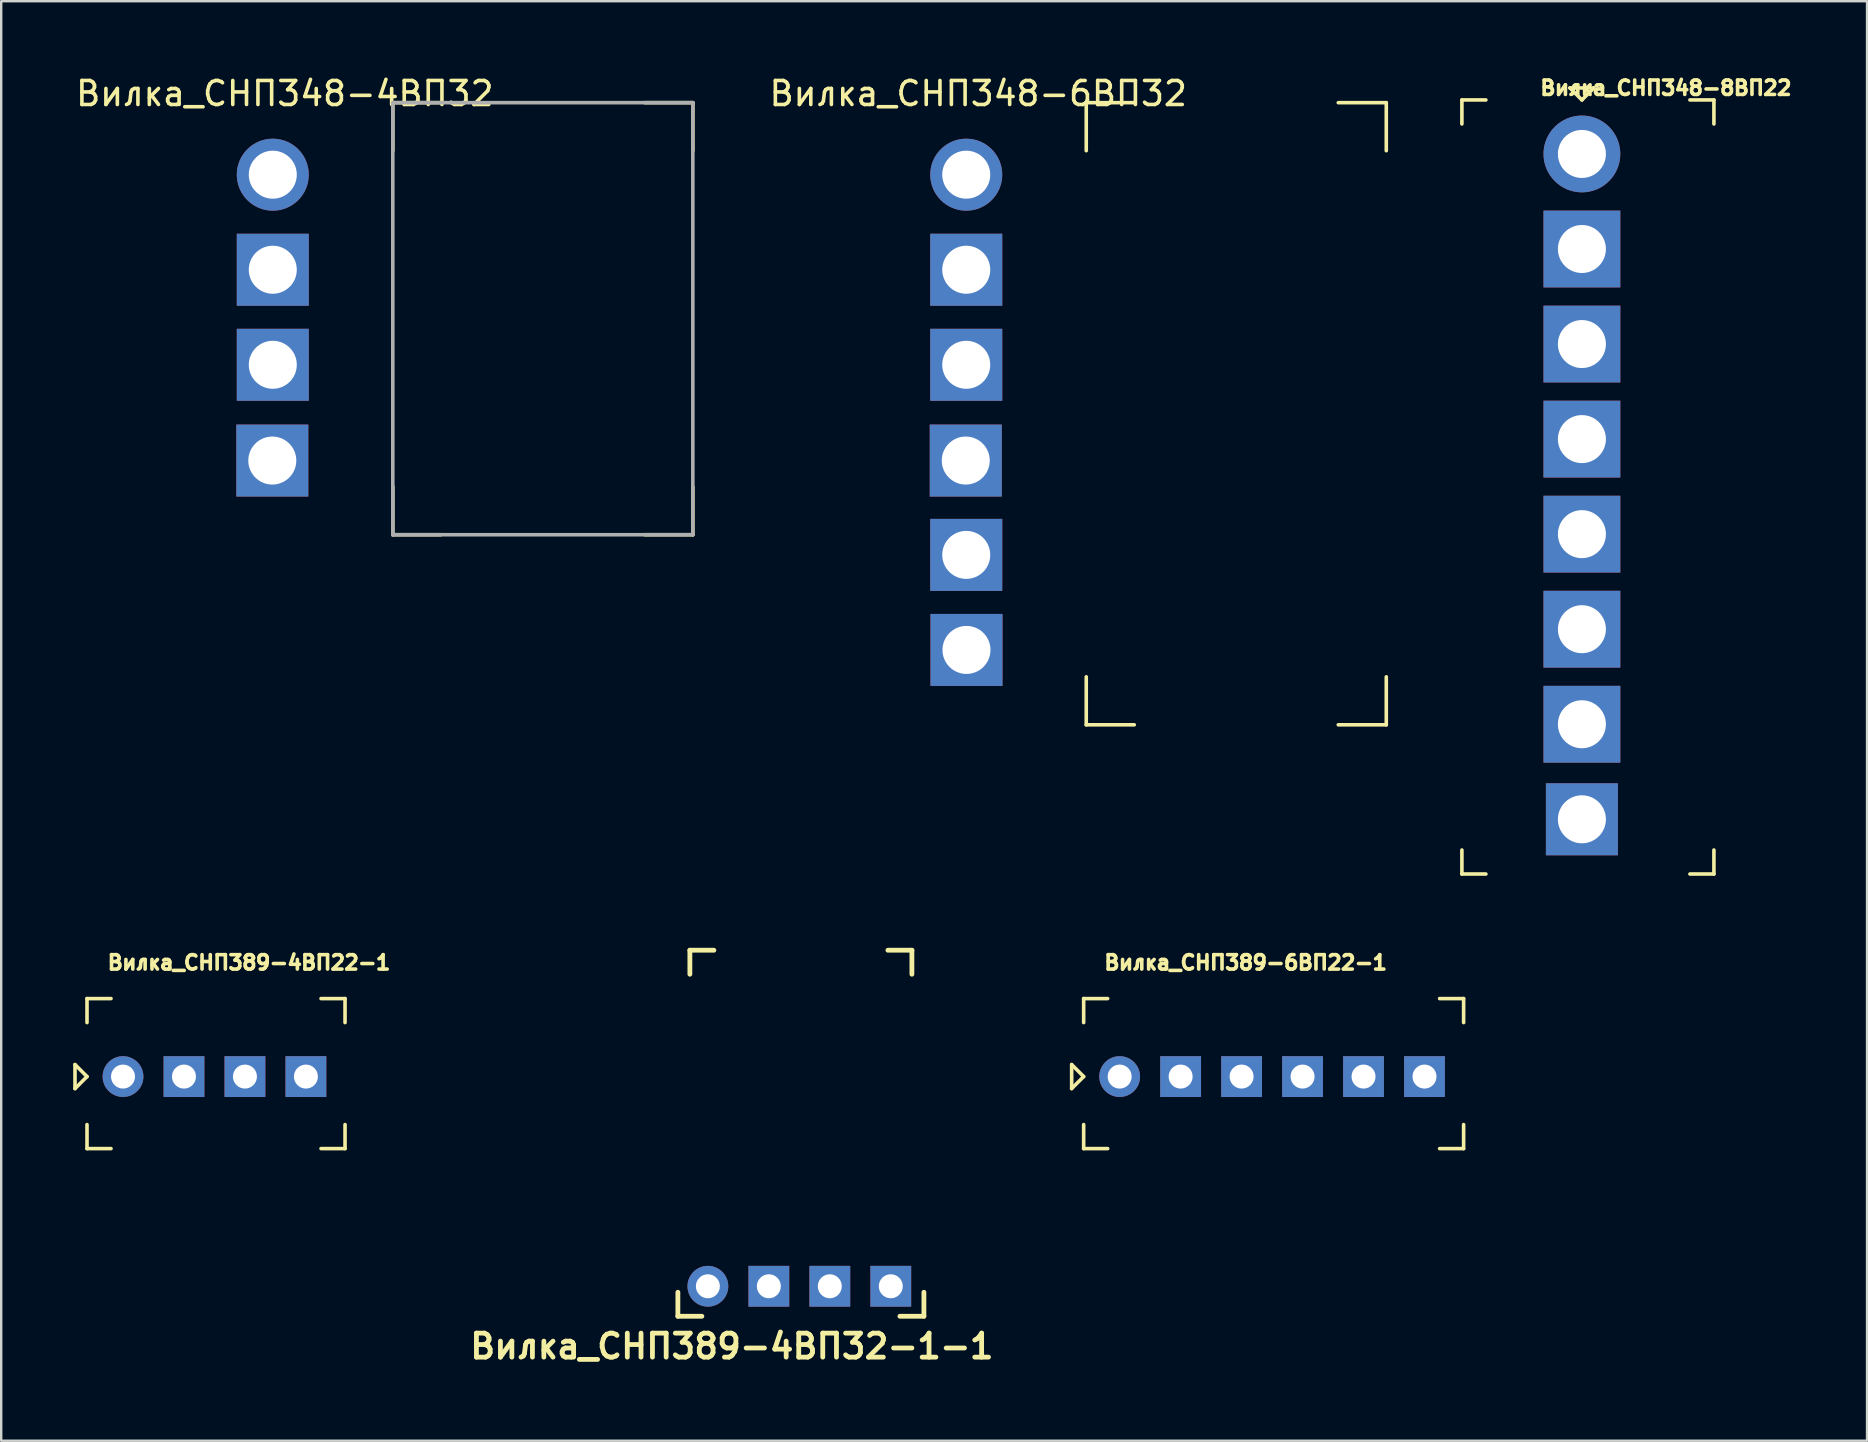
<source format=kicad_pcb>
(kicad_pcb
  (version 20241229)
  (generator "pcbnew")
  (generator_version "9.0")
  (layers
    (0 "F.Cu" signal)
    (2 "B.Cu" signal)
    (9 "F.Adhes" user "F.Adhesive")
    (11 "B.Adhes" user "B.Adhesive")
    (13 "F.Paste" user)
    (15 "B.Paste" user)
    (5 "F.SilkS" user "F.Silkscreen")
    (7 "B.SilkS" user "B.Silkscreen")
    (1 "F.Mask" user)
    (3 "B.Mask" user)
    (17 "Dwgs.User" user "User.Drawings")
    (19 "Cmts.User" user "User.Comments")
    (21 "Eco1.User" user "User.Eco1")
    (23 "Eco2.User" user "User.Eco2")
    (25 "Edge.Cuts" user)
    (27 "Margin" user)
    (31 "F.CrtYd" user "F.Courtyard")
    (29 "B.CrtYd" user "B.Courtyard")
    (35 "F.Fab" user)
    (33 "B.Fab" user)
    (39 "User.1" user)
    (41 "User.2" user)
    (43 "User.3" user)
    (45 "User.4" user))
  (footprint "Вилка_СНП389-6ВП22-1"
    (layer "F.Cu")
    (at 43.598 41.803)
    (property "Reference" "Вилка_СНП389-6ВП22-1" (at 5.25 -4.75 180) (layer "F.SilkS") (effects (font (size 0.6 0.6) (thickness 0.15))))
    (attr through_hole)
    (fp_line (start -2 -0.5) (end -2 0.5) (stroke (width 0.15) (type solid)) (layer "F.SilkS"))
    (fp_line (start -2 0.5) (end -1.5 0) (stroke (width 0.15) (type solid)) (layer "F.SilkS"))
    (fp_line (start -1.5 -3.25) (end -1.5 -2.25) (stroke (width 0.15) (type solid)) (layer "F.SilkS"))
    (fp_line (start -1.5 -3.25) (end -0.5 -3.25) (stroke (width 0.15) (type solid)) (layer "F.SilkS"))
    (fp_line (start -1.5 0) (end -2 -0.5) (stroke (width 0.15) (type solid)) (layer "F.SilkS"))
    (fp_line (start -1.5 3) (end -1.5 2) (stroke (width 0.15) (type solid)) (layer "F.SilkS"))
    (fp_line (start -1.5 3) (end -0.5 3) (stroke (width 0.15) (type solid)) (layer "F.SilkS"))
    (fp_line (start 14.33 -3.25) (end 13.33 -3.25) (stroke (width 0.15) (type solid)) (layer "F.SilkS"))
    (fp_line (start 14.33 -3.25) (end 14.33 -2.25) (stroke (width 0.15) (type solid)) (layer "F.SilkS"))
    (fp_line (start 14.33 3) (end 13.33 3) (stroke (width 0.15) (type solid)) (layer "F.SilkS"))
    (fp_line (start 14.33 3) (end 14.33 2) (stroke (width 0.15) (type solid)) (layer "F.SilkS"))
    (pad "1" thru_hole circle (at 0 0) (size 1.7 1.7) (drill 1) (layers "*.Cu" "*.Mask"))
    (pad "2" thru_hole rect (at 2.54 0) (size 1.7 1.7) (drill 1) (layers "*.Cu" "*.Mask"))
    (pad "3" thru_hole rect (at 5.08 0) (size 1.7 1.7) (drill 1) (layers "*.Cu" "*.Mask"))
    (pad "4" thru_hole rect (at 7.62 0) (size 1.7 1.7) (drill 1) (layers "*.Cu" "*.Mask"))
    (pad "5" thru_hole rect (at 10.16 0) (size 1.7 1.7) (drill 1) (layers "*.Cu" "*.Mask"))
    (pad "6" thru_hole rect (at 12.7 0) (size 1.7 1.7) (drill 1) (layers "*.Cu" "*.Mask")))
  (footprint "Вилка_СНП389-4ВП32-1-1"
    (layer "F.Cu")
    (at 26.442 50.539)
    (property "Reference" "Вилка_СНП389-4ВП32-1-1" (at 1 2.5 180) (layer "F.SilkS") (effects (font (size 1 1) (thickness 0.2))))
    (attr through_hole)
    (fp_line (start -1.25 1.25) (end -1.25 0.25) (stroke (width 0.2) (type solid)) (layer "F.SilkS"))
    (fp_line (start -1.25 1.25) (end -0.25 1.25) (stroke (width 0.2) (type solid)) (layer "F.SilkS"))
    (fp_line (start -0.75 -14) (end -0.75 -13) (stroke (width 0.2) (type solid)) (layer "F.SilkS"))
    (fp_line (start -0.75 -14) (end 0.25 -14) (stroke (width 0.2) (type solid)) (layer "F.SilkS"))
    (fp_line (start 8.5 -14) (end 7.5 -14) (stroke (width 0.2) (type solid)) (layer "F.SilkS"))
    (fp_line (start 8.5 -14) (end 8.5 -13) (stroke (width 0.2) (type solid)) (layer "F.SilkS"))
    (fp_line (start 9 1.25) (end 8 1.25) (stroke (width 0.2) (type solid)) (layer "F.SilkS"))
    (fp_line (start 9 1.25) (end 9 0.25) (stroke (width 0.2) (type solid)) (layer "F.SilkS"))
    (pad "1" thru_hole circle (at 0 0) (size 1.7 1.7) (drill 1) (layers "*.Cu" "*.Mask"))
    (pad "2" thru_hole rect (at 2.54 0) (size 1.7 1.7) (drill 1) (layers "*.Cu" "*.Mask"))
    (pad "3" thru_hole rect (at 5.08 0) (size 1.7 1.7) (drill 1) (layers "*.Cu" "*.Mask"))
    (pad "4" thru_hole rect (at 7.62 0) (size 1.7 1.7) (drill 1) (layers "*.Cu" "*.Mask")))
  (footprint "Вилка_СНП348-4ВП32"
    (layer "F.Cu")
    (at 8.315 4.228)
    (property "Reference" "Вилка_СНП348-4ВП32" (at 0.5 -3.38 0) (layer "F.SilkS") (effects (font (size 1 1) (thickness 0.15))))
    (attr through_hole)
    (fp_line (start 5 -3) (end 5 -1) (stroke (width 0.15) (type solid)) (layer "F.SilkS"))
    (fp_line (start 5 -3) (end 7 -3) (stroke (width 0.15) (type solid)) (layer "F.SilkS"))
    (fp_line (start 5 15) (end 5 13) (stroke (width 0.15) (type solid)) (layer "F.SilkS"))
    (fp_line (start 5 15) (end 7 15) (stroke (width 0.15) (type solid)) (layer "F.SilkS"))
    (fp_line (start 17.5 -3) (end 15.5 -3) (stroke (width 0.15) (type solid)) (layer "F.SilkS"))
    (fp_line (start 17.5 -3) (end 17.5 -1) (stroke (width 0.15) (type solid)) (layer "F.SilkS"))
    (fp_line (start 17.5 15) (end 15.5 15) (stroke (width 0.15) (type solid)) (layer "F.SilkS"))
    (fp_line (start 17.5 15) (end 17.5 13) (stroke (width 0.15) (type solid)) (layer "F.SilkS"))
    (fp_line (start 5 -3) (end 5 15) (stroke (width 0.15) (type solid)) (layer "F.Fab"))
    (fp_line (start 5 -3) (end 17.5 -3) (stroke (width 0.15) (type solid)) (layer "F.Fab"))
    (fp_line (start 5 15) (end 17.5 15) (stroke (width 0.15) (type solid)) (layer "F.Fab"))
    (fp_line (start 17.5 15) (end 17.5 -3) (stroke (width 0.15) (type solid)) (layer "F.Fab"))
    (pad "1" thru_hole circle (at 0 0) (size 3 3) (drill 2) (layers "*.Cu" "*.Mask"))
    (pad "2" thru_hole rect (at 0 3.96) (size 3 3) (drill 2) (layers "*.Cu" "*.Mask"))
    (pad "3" thru_hole rect (at 0 7.92) (size 3 3) (drill 2) (layers "*.Cu" "*.Mask"))
    (pad "4" thru_hole rect (at -0.02 11.91) (size 3 3) (drill 2) (layers "*.Cu" "*.Mask")))
  (footprint "Вилка_СНП348-8ВП22"
    (layer "F.Cu")
    (at 62.856 3.364)
    (property "Reference" "Вилка_СНП348-8ВП22" (at 3.5 -2.75 0) (layer "F.SilkS") (effects (font (size 0.6 0.6) (thickness 0.15))))
    (attr through_hole)
    (fp_line (start -5 -2.25) (end -5 -1.25) (stroke (width 0.15) (type solid)) (layer "F.SilkS"))
    (fp_line (start -5 29) (end -5 30) (stroke (width 0.15) (type solid)) (layer "F.SilkS"))
    (fp_line (start -5 30) (end -4 30) (stroke (width 0.15) (type solid)) (layer "F.SilkS"))
    (fp_line (start -4 -2.25) (end -5 -2.25) (stroke (width 0.15) (type solid)) (layer "F.SilkS"))
    (fp_line (start -0.5 -2.75) (end 0.5 -2.75) (stroke (width 0.15) (type solid)) (layer "F.SilkS"))
    (fp_line (start 0 -2.25) (end -0.5 -2.75) (stroke (width 0.15) (type solid)) (layer "F.SilkS"))
    (fp_line (start 0.5 -2.75) (end 0 -2.25) (stroke (width 0.15) (type solid)) (layer "F.SilkS"))
    (fp_line (start 4.5 30) (end 5.5 30) (stroke (width 0.15) (type solid)) (layer "F.SilkS"))
    (fp_line (start 5.5 -2.25) (end 4.5 -2.25) (stroke (width 0.15) (type solid)) (layer "F.SilkS"))
    (fp_line (start 5.5 -1.25) (end 5.5 -2.25) (stroke (width 0.15) (type solid)) (layer "F.SilkS"))
    (fp_line (start 5.5 30) (end 5.5 29) (stroke (width 0.15) (type solid)) (layer "F.SilkS"))
    (pad "1" thru_hole circle (at 0 0) (size 3.2 3.2) (drill 2) (layers "*.Cu" "*.Mask"))
    (pad "2" thru_hole rect (at 0 3.96) (size 3.2 3.2) (drill 2) (layers "*.Cu" "*.Mask"))
    (pad "3" thru_hole rect (at 0 7.92) (size 3.2 3.2) (drill 2) (layers "*.Cu" "*.Mask"))
    (pad "4" thru_hole rect (at 0 11.88) (size 3.2 3.2) (drill 2) (layers "*.Cu" "*.Mask"))
    (pad "5" thru_hole rect (at 0 15.84) (size 3.2 3.2) (drill 2) (layers "*.Cu" "*.Mask"))
    (pad "6" thru_hole rect (at 0 19.8) (size 3.2 3.2) (drill 2) (layers "*.Cu" "*.Mask"))
    (pad "7" thru_hole rect (at 0 23.76) (size 3.2 3.2) (drill 2) (layers "*.Cu" "*.Mask"))
    (pad "8" thru_hole rect (at 0 27.72) (size 3 3) (drill 2) (layers "*.Cu" "*.Mask")))
  (footprint "Вилка_СНП389-4ВП22-1"
    (layer "F.Cu")
    (at 2.075 41.803)
    (property "Reference" "Вилка_СНП389-4ВП22-1" (at 5.25 -4.75 180) (layer "F.SilkS") (effects (font (size 0.6 0.6) (thickness 0.15))))
    (attr through_hole)
    (fp_line (start -2 -0.5) (end -2 0.5) (stroke (width 0.15) (type solid)) (layer "F.SilkS"))
    (fp_line (start -2 0.5) (end -1.5 0) (stroke (width 0.15) (type solid)) (layer "F.SilkS"))
    (fp_line (start -1.5 -3.25) (end -1.5 -2.25) (stroke (width 0.15) (type solid)) (layer "F.SilkS"))
    (fp_line (start -1.5 -3.25) (end -0.5 -3.25) (stroke (width 0.15) (type solid)) (layer "F.SilkS"))
    (fp_line (start -1.5 0) (end -2 -0.5) (stroke (width 0.15) (type solid)) (layer "F.SilkS"))
    (fp_line (start -1.5 3) (end -1.5 2) (stroke (width 0.15) (type solid)) (layer "F.SilkS"))
    (fp_line (start -1.5 3) (end -0.5 3) (stroke (width 0.15) (type solid)) (layer "F.SilkS"))
    (fp_line (start 9.25 -3.25) (end 8.25 -3.25) (stroke (width 0.15) (type solid)) (layer "F.SilkS"))
    (fp_line (start 9.25 -3.25) (end 9.25 -2.25) (stroke (width 0.15) (type solid)) (layer "F.SilkS"))
    (fp_line (start 9.25 3) (end 8.25 3) (stroke (width 0.15) (type solid)) (layer "F.SilkS"))
    (fp_line (start 9.25 3) (end 9.25 2) (stroke (width 0.15) (type solid)) (layer "F.SilkS"))
    (pad "1" thru_hole circle (at 0 0) (size 1.7 1.7) (drill 1) (layers "*.Cu" "*.Mask"))
    (pad "2" thru_hole rect (at 2.54 0) (size 1.7 1.7) (drill 1) (layers "*.Cu" "*.Mask"))
    (pad "3" thru_hole rect (at 5.08 0) (size 1.7 1.7) (drill 1) (layers "*.Cu" "*.Mask"))
    (pad "4" thru_hole rect (at 7.62 0) (size 1.7 1.7) (drill 1) (layers "*.Cu" "*.Mask")))
  (footprint "Вилка_СНП348-6ВП32"
    (layer "F.Cu")
    (at 37.206 4.228)
    (property "Reference" "Вилка_СНП348-6ВП32" (at 0.5 -3.38 0) (layer "F.SilkS") (effects (font (size 1 1) (thickness 0.15))))
    (attr through_hole)
    (fp_line (start 5 -3) (end 5 -1) (stroke (width 0.15) (type solid)) (layer "F.SilkS"))
    (fp_line (start 5 -3) (end 7 -3) (stroke (width 0.15) (type solid)) (layer "F.SilkS"))
    (fp_line (start 5 22.92) (end 5 20.92) (stroke (width 0.15) (type solid)) (layer "F.SilkS"))
    (fp_line (start 5 22.92) (end 7 22.92) (stroke (width 0.15) (type solid)) (layer "F.SilkS"))
    (fp_line (start 17.5 -3) (end 15.5 -3) (stroke (width 0.15) (type solid)) (layer "F.SilkS"))
    (fp_line (start 17.5 -3) (end 17.5 -1) (stroke (width 0.15) (type solid)) (layer "F.SilkS"))
    (fp_line (start 17.5 22.92) (end 15.5 22.92) (stroke (width 0.15) (type solid)) (layer "F.SilkS"))
    (fp_line (start 17.5 22.92) (end 17.5 20.92) (stroke (width 0.15) (type solid)) (layer "F.SilkS"))
    (pad "1" thru_hole circle (at 0 0) (size 3 3) (drill 2) (layers "*.Cu" "*.Mask"))
    (pad "2" thru_hole rect (at 0 3.96) (size 3 3) (drill 2) (layers "*.Cu" "*.Mask"))
    (pad "3" thru_hole rect (at 0 7.92) (size 3 3) (drill 2) (layers "*.Cu" "*.Mask"))
    (pad "4" thru_hole rect (at -0.02 11.91) (size 3 3) (drill 2) (layers "*.Cu" "*.Mask"))
    (pad "5" thru_hole rect (at 0 15.84) (size 3 3) (drill 2) (layers "*.Cu" "*.Mask"))
    (pad "6" thru_hole rect (at 0.01 19.8) (size 3 3) (drill 2) (layers "*.Cu" "*.Mask")))
  (gr_rect
    (start -3 -3)
    (end 74.735 56.975)
    (stroke (width 0.1) (type default))
    (fill no)
    (layer "Edge.Cuts")))
</source>
